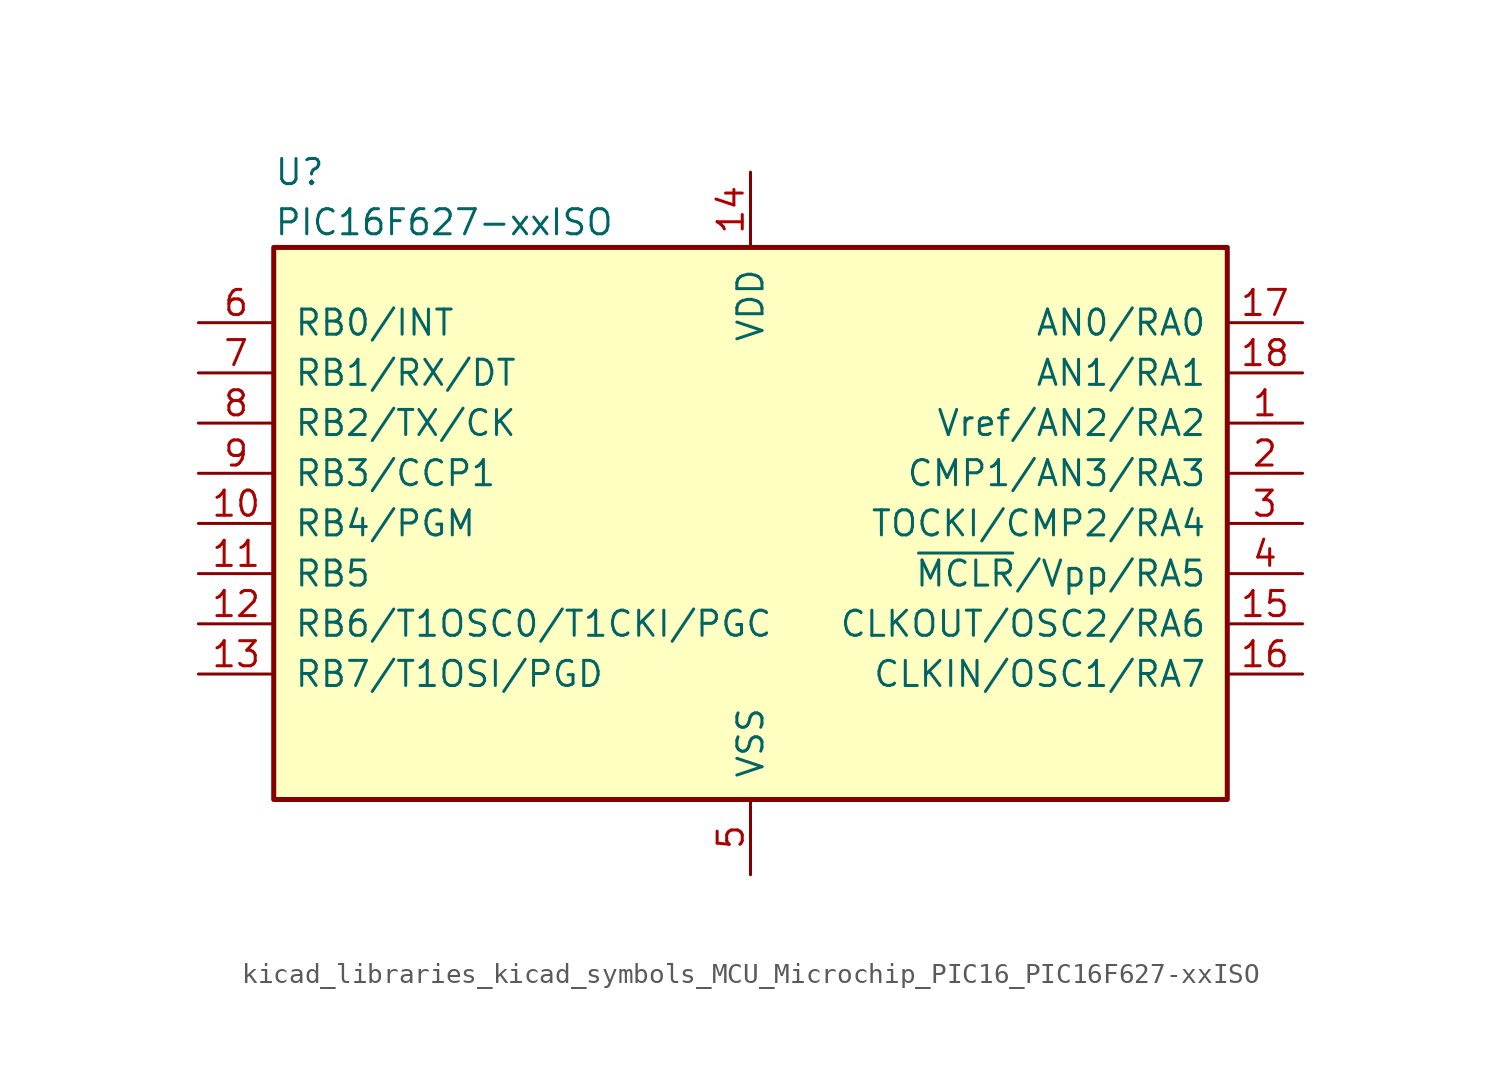
<source format=kicad_sym>
(kicad_symbol_lib
  (version 20220914)
  (generator kicad_symbol_editor)
  (symbol "kicad_libraries_kicad_symbols_MCU_Microchip_PIC16_PIC16F627-xxISO"
    (pin_names
      (offset 1.016))
    (property "Reference" "U"
      (at -24.13 17.78 0)
      (effects (font (size 1.27 1.27)) (justify left)))
    (property "Value" "PIC16F627-xxISO"
      (at -24.13 15.24 0)
      (effects (font (size 1.27 1.27)) (justify left)))
    (symbol "kicad_libraries_kicad_symbols_MCU_Microchip_PIC16_PIC16F627-xxISO_0_1"
      (rectangle (start 24.13 13.97) (end -24.13 -13.97) (stroke (width 0.254) (type default)) (fill (type background))))
    (symbol "kicad_libraries_kicad_symbols_MCU_Microchip_PIC16_PIC16F627-xxISO_1_1"
      (pin bidirectional line (at 27.94 5.08 180) (length 3.81) (name "Vref/AN2/RA2" (effects (font (size 1.27 1.27)))) (number "1" (effects (font (size 1.27 1.27)))))
      (pin bidirectional line (at -27.94 0 0) (length 3.81) (name "RB4/PGM" (effects (font (size 1.27 1.27)))) (number "10" (effects (font (size 1.27 1.27)))))
      (pin bidirectional line (at -27.94 -2.54 0) (length 3.81) (name "RB5" (effects (font (size 1.27 1.27)))) (number "11" (effects (font (size 1.27 1.27)))))
      (pin bidirectional line (at -27.94 -5.08 0) (length 3.81) (name "RB6/T1OSC0/T1CKI/PGC" (effects (font (size 1.27 1.27)))) (number "12" (effects (font (size 1.27 1.27)))))
      (pin bidirectional line (at -27.94 -7.62 0) (length 3.81) (name "RB7/T1OSI/PGD" (effects (font (size 1.27 1.27)))) (number "13" (effects (font (size 1.27 1.27)))))
      (pin power_in line (at 0 17.78 270) (length 3.81) (name "VDD" (effects (font (size 1.27 1.27)))) (number "14" (effects (font (size 1.27 1.27)))))
      (pin bidirectional line (at 27.94 -5.08 180) (length 3.81) (name "CLKOUT/OSC2/RA6" (effects (font (size 1.27 1.27)))) (number "15" (effects (font (size 1.27 1.27)))))
      (pin bidirectional line (at 27.94 -7.62 180) (length 3.81) (name "CLKIN/OSC1/RA7" (effects (font (size 1.27 1.27)))) (number "16" (effects (font (size 1.27 1.27)))))
      (pin bidirectional line (at 27.94 10.16 180) (length 3.81) (name "AN0/RA0" (effects (font (size 1.27 1.27)))) (number "17" (effects (font (size 1.27 1.27)))))
      (pin bidirectional line (at 27.94 7.62 180) (length 3.81) (name "AN1/RA1" (effects (font (size 1.27 1.27)))) (number "18" (effects (font (size 1.27 1.27)))))
      (pin bidirectional line (at 27.94 2.54 180) (length 3.81) (name "CMP1/AN3/RA3" (effects (font (size 1.27 1.27)))) (number "2" (effects (font (size 1.27 1.27)))))
      (pin bidirectional line (at 27.94 0 180) (length 3.81) (name "TOCKI/CMP2/RA4" (effects (font (size 1.27 1.27)))) (number "3" (effects (font (size 1.27 1.27)))))
      (pin input line (at 27.94 -2.54 180) (length 3.81) (name "~{MCLR}/Vpp/RA5" (effects (font (size 1.27 1.27)))) (number "4" (effects (font (size 1.27 1.27)))))
      (pin power_in line (at 0 -17.78 90) (length 3.81) (name "VSS" (effects (font (size 1.27 1.27)))) (number "5" (effects (font (size 1.27 1.27)))))
      (pin bidirectional line (at -27.94 10.16 0) (length 3.81) (name "RB0/INT" (effects (font (size 1.27 1.27)))) (number "6" (effects (font (size 1.27 1.27)))))
      (pin bidirectional line (at -27.94 7.62 0) (length 3.81) (name "RB1/RX/DT" (effects (font (size 1.27 1.27)))) (number "7" (effects (font (size 1.27 1.27)))))
      (pin bidirectional line (at -27.94 5.08 0) (length 3.81) (name "RB2/TX/CK" (effects (font (size 1.27 1.27)))) (number "8" (effects (font (size 1.27 1.27)))))
      (pin bidirectional line (at -27.94 2.54 0) (length 3.81) (name "RB3/CCP1" (effects (font (size 1.27 1.27)))) (number "9" (effects (font (size 1.27 1.27))))))))
</source>
